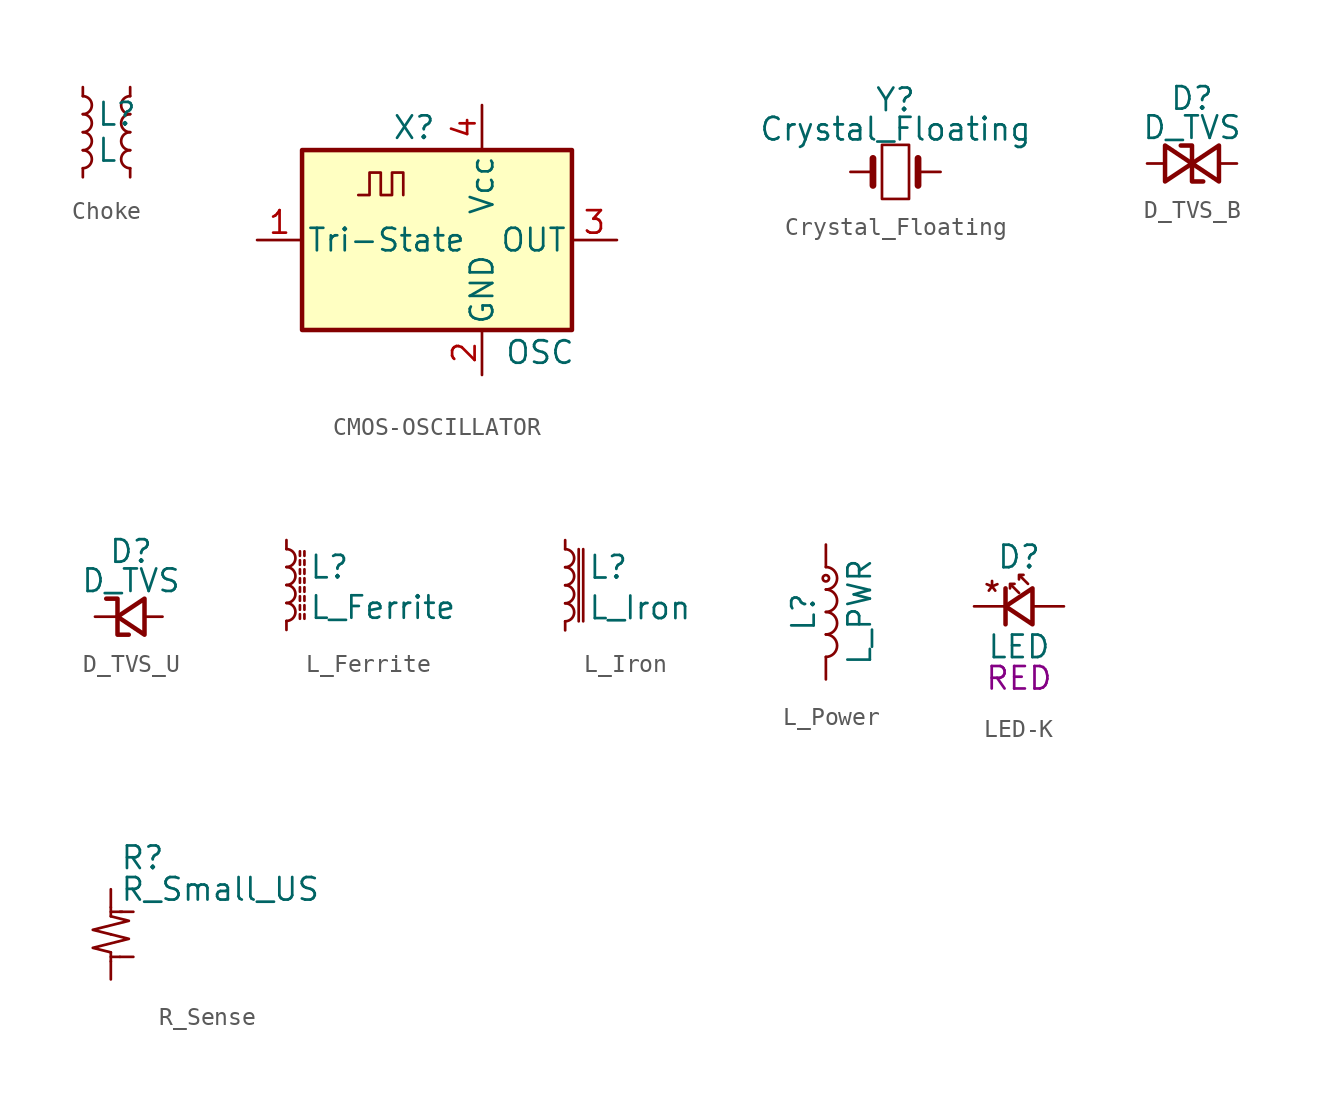
<source format=kicad_sym>
(kicad_symbol_lib
  (version 20231120)
  (generator "kicad_symbol_editor")
  (generator_version "8.0")
  (symbol "Choke"
    (pin_numbers hide)
    (pin_names
      (offset 0.254) hide)
    (property "Reference" "L"
      (at 0.762 1.016 0)
      (effects (font (size 1.27 1.27)) (justify left)))
    (property "Value" "L"
      (at 0.762 -1.016 0)
      (effects (font (size 1.27 1.27)) (justify left)))
    (symbol "Choke_0_1"
      (arc (start 0 -2.032) (mid 0.5058 -1.524) (end 0 -1.016) (stroke (width 0) (type default)) (fill (type none)))
      (arc (start 0 -1.016) (mid 0.5058 -0.508) (end 0 0) (stroke (width 0) (type default)) (fill (type none)))
      (arc (start 0 0) (mid 0.5058 0.508) (end 0 1.016) (stroke (width 0) (type default)) (fill (type none)))
      (arc (start 0 1.016) (mid 0.5058 1.524) (end 0 2.032) (stroke (width 0) (type default)) (fill (type none)))
      (arc (start 2.667 -1.016) (mid 2.1612 -1.524) (end 2.667 -2.032) (stroke (width 0) (type default)) (fill (type none)))
      (arc (start 2.667 0) (mid 2.1612 -0.508) (end 2.667 -1.016) (stroke (width 0) (type default)) (fill (type none)))
      (arc (start 2.667 1.016) (mid 2.1612 0.508) (end 2.667 0) (stroke (width 0) (type default)) (fill (type none)))
      (arc (start 2.667 2.032) (mid 2.1612 1.524) (end 2.667 1.016) (stroke (width 0) (type default)) (fill (type none))))
    (symbol "Choke_1_1"
      (pin passive line (at 0 2.54 270) (length 0.508) (name "~" (effects (font (size 1.27 1.27)))) (number "1" (effects (font (size 1.27 1.27)))))
      (pin passive line (at 0 -2.54 90) (length 0.508) (name "~" (effects (font (size 1.27 1.27)))) (number "2" (effects (font (size 1.27 1.27)))))
      (pin passive line (at 2.667 -2.54 90) (length 0.508) (name "~" (effects (font (size 1.27 1.27)))) (number "3" (effects (font (size 1.27 1.27)))))
      (pin passive line (at 2.667 2.54 270) (length 0.508) (name "~" (effects (font (size 1.27 1.27)))) (number "4" (effects (font (size 1.27 1.27)))))))
  (symbol "CMOS-OSCILLATOR"
    (pin_names
      (offset 0.254))
    (property "Reference" "X"
      (at -5.08 6.35 0)
      (effects (font (size 1.27 1.27)) (justify left)))
    (property "Value" "OSC"
      (at 1.27 -6.35 0)
      (effects (font (size 1.27 1.27)) (justify left)))
    (symbol "CMOS-OSCILLATOR_0_1"
      (rectangle (start -10.16 5.08) (end 5.08 -5.08) (stroke (width 0.254) (type default)) (fill (type background)))
      (polyline (pts (xy -6.985 2.54) (xy -6.35 2.54) (xy -6.35 3.81) (xy -5.715 3.81) (xy -5.715 2.54) (xy -5.08 2.54) (xy -5.08 3.81) (xy -4.445 3.81) (xy -4.445 2.54)) (stroke (width 0) (type default)) (fill (type none))))
    (symbol "CMOS-OSCILLATOR_1_1"
      (pin input line (at -12.7 0 0) (length 2.54) (name "Tri-State" (effects (font (size 1.27 1.27)))) (number "1" (effects (font (size 1.27 1.27)))))
      (pin power_in line (at 0 -7.62 90) (length 2.54) (name "GND" (effects (font (size 1.27 1.27)))) (number "2" (effects (font (size 1.27 1.27)))))
      (pin output line (at 7.62 0 180) (length 2.54) (name "OUT" (effects (font (size 1.27 1.27)))) (number "3" (effects (font (size 1.27 1.27)))))
      (pin power_in line (at 0 7.62 270) (length 2.54) (name "Vcc" (effects (font (size 1.27 1.27)))) (number "4" (effects (font (size 1.27 1.27)))))))
  (symbol "Crystal_Floating"
    (pin_numbers hide)
    (pin_names
      (offset 1.016) hide)
    (property "Reference" "Y"
      (at 0 4.064 0)
      (effects (font (size 1.27 1.27))))
    (property "Value" "Crystal_Floating"
      (at 0 2.413 0)
      (effects (font (size 1.27 1.27))))
    (property "Frequency" ""
      (at 0 0 0)
      (effects (font (size 1.27 1.27))))
    (symbol "Crystal_Floating_0_1"
      (rectangle (start -0.762 -1.524) (end 0.762 1.524) (stroke (width 0) (type default)) (fill (type none)))
      (polyline (pts (xy -1.27 -0.762) (xy -1.27 0.762)) (stroke (width 0.381) (type default)) (fill (type none)))
      (polyline (pts (xy 1.27 -0.762) (xy 1.27 0.762)) (stroke (width 0.381) (type default)) (fill (type none))))
    (symbol "Crystal_Floating_1_1"
      (pin passive line (at -2.54 0 0) (length 1.27) (name "1" (effects (font (size 1.27 1.27)))) (number "1" (effects (font (size 1.27 1.27)))))
      (pin passive line (at 2.54 0 180) (length 1.27) (name "2" (effects (font (size 1.27 1.27)))) (number "2" (effects (font (size 1.27 1.27)))))))
  (symbol "D_TVS_B"
    (pin_numbers hide)
    (pin_names
      (offset 0.254) hide)
    (property "Reference" "D"
      (at 0 3.683 0)
      (effects (font (size 1.27 1.27))))
    (property "Value" "D_TVS"
      (at 0 2.032 0)
      (effects (font (size 1.27 1.27))))
    (symbol "D_TVS_B_0_1"
      (polyline (pts (xy -1.524 1.016) (xy 0 0) (xy -1.524 -1.016) (xy -1.524 1.016)) (stroke (width 0.254) (type default)) (fill (type none)))
      (polyline (pts (xy 1.524 -1.016) (xy 0 0) (xy 1.524 1.016) (xy 1.524 -1.016)) (stroke (width 0.254) (type default)) (fill (type none)))
      (polyline (pts (xy -0.635 1.016) (xy -0.508 1.016) (xy 0 1.016) (xy 0 -1.016) (xy 0.508 -1.016) (xy 0.635 -1.016)) (stroke (width 0.254) (type default)) (fill (type none))))
    (symbol "D_TVS_B_1_1"
      (pin passive line (at -2.54 0 0) (length 1) (name "K" (effects (font (size 1.27 1.27)))) (number "1" (effects (font (size 1.27 1.27)))))
      (pin passive line (at 2.54 0 180) (length 1) (name "A" (effects (font (size 1.27 1.27)))) (number "2" (effects (font (size 1.27 1.27)))))))
  (symbol "D_TVS_U"
    (pin_numbers hide)
    (pin_names
      (offset 0.254) hide)
    (property "Reference" "D"
      (at 0.762 3.683 0)
      (effects (font (size 1.27 1.27))))
    (property "Value" "D_TVS"
      (at 0.762 2.032 0)
      (effects (font (size 1.27 1.27))))
    (symbol "D_TVS_U_0_1"
      (polyline (pts (xy 1.524 -1.016) (xy 0 0) (xy 1.524 1.016) (xy 1.524 -1.016)) (stroke (width 0.254) (type default)) (fill (type none)))
      (polyline (pts (xy -0.635 1.016) (xy -0.508 1.016) (xy 0 1.016) (xy 0 -1.016) (xy 0.508 -1.016) (xy 0.635 -1.016)) (stroke (width 0.254) (type default)) (fill (type none))))
    (symbol "D_TVS_U_1_1"
      (pin passive line (at -1.27 0 0) (length 1.27) (name "K" (effects (font (size 1.27 1.27)))) (number "1" (effects (font (size 1.27 1.27)))))
      (pin passive line (at 2.54 0 180) (length 1) (name "A" (effects (font (size 1.27 1.27)))) (number "2" (effects (font (size 1.27 1.27)))))))
  (symbol "L_Ferrite"
    (pin_numbers hide)
    (pin_names
      (offset 0.254) hide)
    (property "Reference" "L"
      (at 1.27 1.016 0)
      (effects (font (size 1.27 1.27)) (justify left)))
    (property "Value" "L_Ferrite"
      (at 1.27 -1.27 0)
      (effects (font (size 1.27 1.27)) (justify left)))
    (symbol "L_Ferrite_0_1"
      (arc (start 0 -2.032) (mid 0.5058 -1.524) (end 0 -1.016) (stroke (width 0) (type default)) (fill (type none)))
      (arc (start 0 -1.016) (mid 0.5058 -0.508) (end 0 0) (stroke (width 0) (type default)) (fill (type none)))
      (polyline (pts (xy 0.762 -1.905) (xy 0.762 -1.651)) (stroke (width 0) (type default)) (fill (type none)))
      (polyline (pts (xy 0.762 -1.397) (xy 0.762 -1.143)) (stroke (width 0) (type default)) (fill (type none)))
      (polyline (pts (xy 0.762 -0.889) (xy 0.762 -0.635)) (stroke (width 0) (type default)) (fill (type none)))
      (polyline (pts (xy 0.762 -0.381) (xy 0.762 -0.127)) (stroke (width 0) (type default)) (fill (type none)))
      (polyline (pts (xy 0.762 0.127) (xy 0.762 0.381)) (stroke (width 0) (type default)) (fill (type none)))
      (polyline (pts (xy 0.762 0.635) (xy 0.762 0.889)) (stroke (width 0) (type default)) (fill (type none)))
      (polyline (pts (xy 0.762 1.143) (xy 0.762 1.397)) (stroke (width 0) (type default)) (fill (type none)))
      (polyline (pts (xy 0.762 1.651) (xy 0.762 1.905)) (stroke (width 0) (type default)) (fill (type none)))
      (polyline (pts (xy 1.016 -1.651) (xy 1.016 -1.905)) (stroke (width 0) (type default)) (fill (type none)))
      (polyline (pts (xy 1.016 -1.143) (xy 1.016 -1.397)) (stroke (width 0) (type default)) (fill (type none)))
      (polyline (pts (xy 1.016 -0.635) (xy 1.016 -0.889)) (stroke (width 0) (type default)) (fill (type none)))
      (polyline (pts (xy 1.016 -0.127) (xy 1.016 -0.381)) (stroke (width 0) (type default)) (fill (type none)))
      (polyline (pts (xy 1.016 0.381) (xy 1.016 0.127)) (stroke (width 0) (type default)) (fill (type none)))
      (polyline (pts (xy 1.016 0.889) (xy 1.016 0.635)) (stroke (width 0) (type default)) (fill (type none)))
      (polyline (pts (xy 1.016 1.397) (xy 1.016 1.143)) (stroke (width 0) (type default)) (fill (type none)))
      (polyline (pts (xy 1.016 1.905) (xy 1.016 1.651)) (stroke (width 0) (type default)) (fill (type none)))
      (arc (start 0 0) (mid 0.5058 0.508) (end 0 1.016) (stroke (width 0) (type default)) (fill (type none)))
      (arc (start 0 1.016) (mid 0.5058 1.524) (end 0 2.032) (stroke (width 0) (type default)) (fill (type none))))
    (symbol "L_Ferrite_1_1"
      (pin passive line (at 0 2.54 270) (length 0.508) (name "~" (effects (font (size 1.27 1.27)))) (number "1" (effects (font (size 1.27 1.27)))))
      (pin passive line (at 0 -2.54 90) (length 0.508) (name "~" (effects (font (size 1.27 1.27)))) (number "2" (effects (font (size 1.27 1.27)))))))
  (symbol "L_Iron"
    (pin_numbers hide)
    (pin_names
      (offset 0.254) hide)
    (property "Reference" "L"
      (at 1.27 1.016 0)
      (effects (font (size 1.27 1.27)) (justify left)))
    (property "Value" "L_Iron"
      (at 1.27 -1.27 0)
      (effects (font (size 1.27 1.27)) (justify left)))
    (symbol "L_Iron_0_1"
      (arc (start 0 -2.032) (mid 0.5058 -1.524) (end 0 -1.016) (stroke (width 0) (type default)) (fill (type none)))
      (arc (start 0 -1.016) (mid 0.5058 -0.508) (end 0 0) (stroke (width 0) (type default)) (fill (type none)))
      (polyline (pts (xy 0.762 2.032) (xy 0.762 -2.032)) (stroke (width 0) (type default)) (fill (type none)))
      (polyline (pts (xy 1.016 -2.032) (xy 1.016 2.032)) (stroke (width 0) (type default)) (fill (type none)))
      (arc (start 0 0) (mid 0.5058 0.508) (end 0 1.016) (stroke (width 0) (type default)) (fill (type none)))
      (arc (start 0 1.016) (mid 0.5058 1.524) (end 0 2.032) (stroke (width 0) (type default)) (fill (type none))))
    (symbol "L_Iron_1_1"
      (pin passive line (at 0 2.54 270) (length 0.508) (name "~" (effects (font (size 1.27 1.27)))) (number "1" (effects (font (size 1.27 1.27)))))
      (pin passive line (at 0 -2.54 90) (length 0.508) (name "~" (effects (font (size 1.27 1.27)))) (number "2" (effects (font (size 1.27 1.27)))))))
  (symbol "L_Power"
    (pin_numbers hide)
    (pin_names
      (offset 1.016) hide)
    (property "Reference" "L"
      (at -1.27 0 90)
      (effects (font (size 1.27 1.27))))
    (property "Value" "L_PWR"
      (at 1.905 0 90)
      (effects (font (size 1.27 1.27))))
    (symbol "L_Power_0_1"
      (arc (start 0 -2.54) (mid 0.6323 -1.905) (end 0 -1.27) (stroke (width 0) (type default)) (fill (type none)))
      (arc (start 0 -1.27) (mid 0.6323 -0.635) (end 0 0) (stroke (width 0) (type default)) (fill (type none)))
      (arc (start 0 0) (mid 0.6323 0.635) (end 0 1.27) (stroke (width 0) (type default)) (fill (type none)))
      (arc (start 0 1.27) (mid 0.6323 1.905) (end 0 2.54) (stroke (width 0) (type default)) (fill (type none)))
      (circle (center 0 1.905) (radius 0.18) (stroke (width 0) (type default)) (fill (type none))))
    (symbol "L_Power_1_1"
      (pin power_in line (at 0 3.81 270) (length 1.27) (name "1" (effects (font (size 1.27 1.27)))) (number "1" (effects (font (size 1.27 1.27)))))
      (pin power_out line (at 0 -3.81 90) (length 1.27) (name "2" (effects (font (size 1.27 1.27)))) (number "2" (effects (font (size 1.27 1.27)))))))
  (symbol "LED-K"
    (pin_numbers hide)
    (pin_names
      (offset 0.254) hide)
    (property "Reference" "D"
      (at 0 2.794 0)
      (effects (font (size 1.27 1.27))))
    (property "Value" "LED"
      (at 0 -2.286 0)
      (effects (font (size 1.27 1.27))))
    (property "Color" "RED"
      (at 0 -4.064 0)
      (effects (font (size 1.27 1.27))))
    (symbol "LED-K_0_1"
      (polyline (pts (xy -0.762 -1.016) (xy -0.762 1.016)) (stroke (width 0.254) (type default)) (fill (type none)))
      (polyline (pts (xy 0.762 -1.016) (xy -0.762 0) (xy 0.762 1.016) (xy 0.762 -1.016)) (stroke (width 0.254) (type default)) (fill (type none)))
      (polyline (pts (xy 0 0.762) (xy -0.508 1.27) (xy -0.254 1.27) (xy -0.508 1.27) (xy -0.508 1.016)) (stroke (width 0) (type default)) (fill (type none)))
      (polyline (pts (xy 0.508 1.27) (xy 0 1.778) (xy 0.254 1.778) (xy 0 1.778) (xy 0 1.524)) (stroke (width 0) (type default)) (fill (type none)))
      (text "*" (at -1.524 0 0) (effects (font (size 1.27 1.27)) (justify bottom))))
    (symbol "LED-K_1_1"
      (pin passive line (at 2.54 0 180) (length 1.778) (name "K" (effects (font (size 1.27 1.27)))) (number "1" (effects (font (size 1.27 1.27)))))
      (pin passive line (at -2.54 0 0) (length 1.778) (name "A" (effects (font (size 1.27 1.27)))) (number "2" (effects (font (size 1.27 1.27)))))))
  (symbol "R_Sense"
    (pin_numbers hide)
    (pin_names
      (offset 0.254) hide)
    (property "Reference" "R"
      (at 0.508 4.318 0)
      (effects (font (size 1.27 1.27)) (justify left)))
    (property "Value" "R_Small_US"
      (at 0.508 2.54 0)
      (effects (font (size 1.27 1.27)) (justify left)))
    (symbol "R_Sense_0_1"
      (polyline (pts (xy 0 -1.016) (xy 0 -1.524)) (stroke (width 0) (type default)) (fill (type none)))
      (polyline (pts (xy 0 1.016) (xy 0 1.524)) (stroke (width 0) (type default)) (fill (type none)))
      (polyline (pts (xy 0.508 -1.27) (xy 0 -1.27)) (stroke (width 0) (type default)) (fill (type none)))
      (polyline (pts (xy 0.635 1.27) (xy 0 1.27)) (stroke (width 0) (type default)) (fill (type none))))
    (symbol "R_Sense_1_1"
      (polyline (pts (xy 0 0) (xy 1.016 -0.254) (xy 0 -0.508) (xy -1.016 -0.762) (xy 0 -1.016)) (stroke (width 0) (type default)) (fill (type none)))
      (polyline (pts (xy 0 1.016) (xy 1.016 0.762) (xy 0 0.508) (xy -1.016 0.254) (xy 0 0)) (stroke (width 0) (type default)) (fill (type none)))
      (pin passive line (at 0 2.54 270) (length 1.016) (name "~" (effects (font (size 1.27 1.27)))) (number "1" (effects (font (size 1.27 1.27)))))
      (pin passive line (at 1.27 1.27 180) (length 0.75) (name "~" (effects (font (size 1.27 1.27)))) (number "2" (effects (font (size 1.27 1.27)))))
      (pin passive line (at 1.27 -1.27 180) (length 0.75) (name "~" (effects (font (size 1.27 1.27)))) (number "3" (effects (font (size 1.27 1.27)))))
      (pin passive line (at 0 -2.54 90) (length 1.016) (name "~" (effects (font (size 1.27 1.27)))) (number "4" (effects (font (size 1.27 1.27))))))))
</source>
